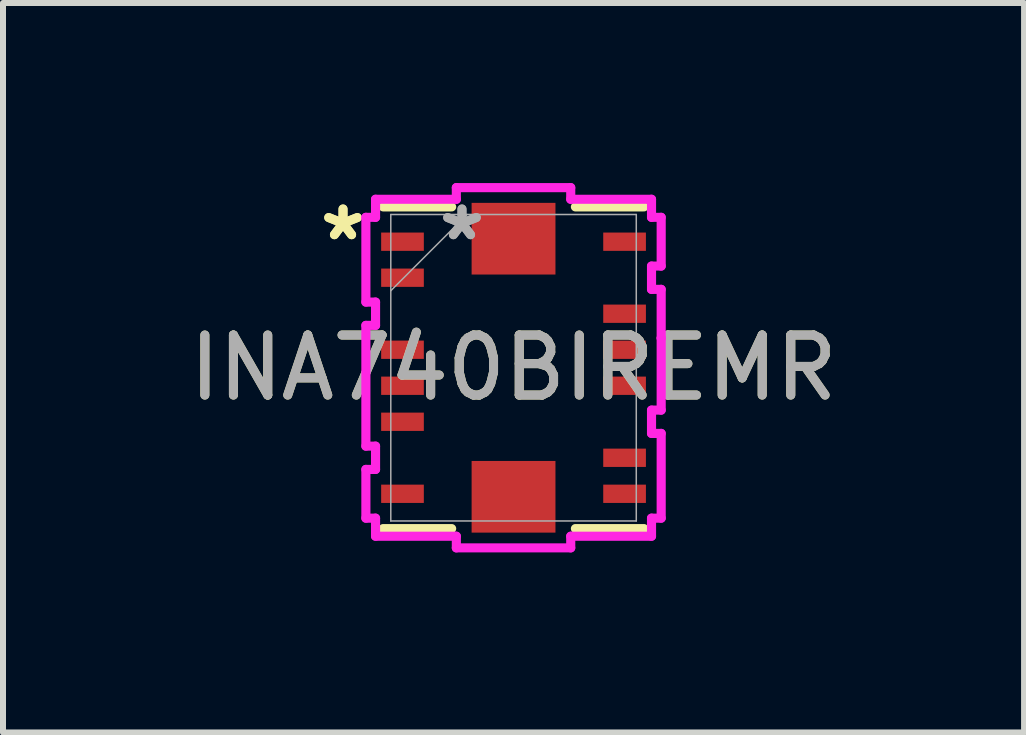
<source format=kicad_pcb>
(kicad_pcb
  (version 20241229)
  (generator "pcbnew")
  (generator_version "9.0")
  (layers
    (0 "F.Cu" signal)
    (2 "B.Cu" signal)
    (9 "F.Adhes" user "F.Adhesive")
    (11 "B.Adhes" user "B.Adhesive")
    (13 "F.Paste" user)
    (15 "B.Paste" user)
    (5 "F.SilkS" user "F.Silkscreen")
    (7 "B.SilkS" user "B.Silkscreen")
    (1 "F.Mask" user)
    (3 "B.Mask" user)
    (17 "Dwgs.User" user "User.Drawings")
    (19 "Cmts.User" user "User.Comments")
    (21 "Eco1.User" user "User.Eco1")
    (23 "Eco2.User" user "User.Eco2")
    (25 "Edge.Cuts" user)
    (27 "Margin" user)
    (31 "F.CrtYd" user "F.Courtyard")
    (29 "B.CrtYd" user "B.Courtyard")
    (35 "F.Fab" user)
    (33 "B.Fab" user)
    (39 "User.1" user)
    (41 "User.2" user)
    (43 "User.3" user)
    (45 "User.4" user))
  (footprint "INA740BIREMR"
    (layer "F.Cu")
    (at 5.506 3.077)
    (property "Reference" "INA740BIREMR" (at 0 0 0) (unlocked yes) (layer "F.SilkS") (effects (font (size 1 1) (thickness 0.15))))
    (attr smd)
    (fp_line (start -2.172 -2.68) (end -1.031 -2.68) (stroke (width 0.152) (type solid)) (layer "F.SilkS"))
    (fp_line (start -1.031 2.68) (end -2.172 2.68) (stroke (width 0.152) (type solid)) (layer "F.SilkS"))
    (fp_line (start 1.031 -2.68) (end 2.172 -2.68) (stroke (width 0.152) (type solid)) (layer "F.SilkS"))
    (fp_line (start 2.172 2.68) (end 1.031 2.68) (stroke (width 0.152) (type solid)) (layer "F.SilkS"))
    (fp_line (start -2.46 -2.506) (end -2.46 -1.094) (stroke (width 0.152) (type solid)) (layer "F.CrtYd"))
    (fp_line (start -2.46 -1.094) (end -2.299 -1.094) (stroke (width 0.152) (type solid)) (layer "F.CrtYd"))
    (fp_line (start -2.46 -0.706) (end -2.46 1.306) (stroke (width 0.152) (type solid)) (layer "F.CrtYd"))
    (fp_line (start -2.46 1.306) (end -2.299 1.306) (stroke (width 0.152) (type solid)) (layer "F.CrtYd"))
    (fp_line (start -2.46 1.694) (end -2.46 2.506) (stroke (width 0.152) (type solid)) (layer "F.CrtYd"))
    (fp_line (start -2.46 2.506) (end -2.299 2.506) (stroke (width 0.152) (type solid)) (layer "F.CrtYd"))
    (fp_line (start -2.299 -2.807) (end -2.299 -2.506) (stroke (width 0.152) (type solid)) (layer "F.CrtYd"))
    (fp_line (start -2.299 -2.506) (end -2.46 -2.506) (stroke (width 0.152) (type solid)) (layer "F.CrtYd"))
    (fp_line (start -2.299 -1.094) (end -2.299 -0.706) (stroke (width 0.152) (type solid)) (layer "F.CrtYd"))
    (fp_line (start -2.299 -0.706) (end -2.46 -0.706) (stroke (width 0.152) (type solid)) (layer "F.CrtYd"))
    (fp_line (start -2.299 1.306) (end -2.299 1.694) (stroke (width 0.152) (type solid)) (layer "F.CrtYd"))
    (fp_line (start -2.299 1.694) (end -2.46 1.694) (stroke (width 0.152) (type solid)) (layer "F.CrtYd"))
    (fp_line (start -2.299 2.506) (end -2.299 2.807) (stroke (width 0.152) (type solid)) (layer "F.CrtYd"))
    (fp_line (start -2.299 2.807) (end -0.953 2.807) (stroke (width 0.152) (type solid)) (layer "F.CrtYd"))
    (fp_line (start -0.953 -3.001) (end -0.953 -2.807) (stroke (width 0.152) (type solid)) (layer "F.CrtYd"))
    (fp_line (start -0.953 -2.807) (end -2.299 -2.807) (stroke (width 0.152) (type solid)) (layer "F.CrtYd"))
    (fp_line (start -0.953 2.807) (end -0.953 3.001) (stroke (width 0.152) (type solid)) (layer "F.CrtYd"))
    (fp_line (start -0.953 3.001) (end 0.953 3.001) (stroke (width 0.152) (type solid)) (layer "F.CrtYd"))
    (fp_line (start 0.953 -3.001) (end -0.953 -3.001) (stroke (width 0.152) (type solid)) (layer "F.CrtYd"))
    (fp_line (start 0.953 -2.807) (end 0.953 -3.001) (stroke (width 0.152) (type solid)) (layer "F.CrtYd"))
    (fp_line (start 0.953 2.807) (end 2.299 2.807) (stroke (width 0.152) (type solid)) (layer "F.CrtYd"))
    (fp_line (start 0.953 3.001) (end 0.953 2.807) (stroke (width 0.152) (type solid)) (layer "F.CrtYd"))
    (fp_line (start 2.299 -2.807) (end 0.953 -2.807) (stroke (width 0.152) (type solid)) (layer "F.CrtYd"))
    (fp_line (start 2.299 -2.506) (end 2.299 -2.807) (stroke (width 0.152) (type solid)) (layer "F.CrtYd"))
    (fp_line (start 2.299 -1.694) (end 2.46 -1.694) (stroke (width 0.152) (type solid)) (layer "F.CrtYd"))
    (fp_line (start 2.299 -1.306) (end 2.299 -1.694) (stroke (width 0.152) (type solid)) (layer "F.CrtYd"))
    (fp_line (start 2.299 0.706) (end 2.46 0.706) (stroke (width 0.152) (type solid)) (layer "F.CrtYd"))
    (fp_line (start 2.299 1.094) (end 2.299 0.706) (stroke (width 0.152) (type solid)) (layer "F.CrtYd"))
    (fp_line (start 2.299 2.506) (end 2.46 2.506) (stroke (width 0.152) (type solid)) (layer "F.CrtYd"))
    (fp_line (start 2.299 2.807) (end 2.299 2.506) (stroke (width 0.152) (type solid)) (layer "F.CrtYd"))
    (fp_line (start 2.46 -2.506) (end 2.299 -2.506) (stroke (width 0.152) (type solid)) (layer "F.CrtYd"))
    (fp_line (start 2.46 -1.694) (end 2.46 -2.506) (stroke (width 0.152) (type solid)) (layer "F.CrtYd"))
    (fp_line (start 2.46 -1.306) (end 2.299 -1.306) (stroke (width 0.152) (type solid)) (layer "F.CrtYd"))
    (fp_line (start 2.46 -0.494) (end 2.46 -1.306) (stroke (width 0.152) (type solid)) (layer "F.CrtYd"))
    (fp_line (start 2.46 1.094) (end 2.299 1.094) (stroke (width 0.152) (type solid)) (layer "F.CrtYd"))
    (fp_line (start 2.46 2.506) (end 2.46 1.094) (stroke (width 0.152) (type solid)) (layer "F.CrtYd"))
    (fp_line (start 2.46 -0.494) (end 2.46 -0.494) (stroke (width 0.152) (type solid)) (layer "F.CrtYd"))
    (fp_line (start 2.46 0.706) (end 2.46 -0.494) (stroke (width 0.152) (type solid)) (layer "F.CrtYd"))
    (fp_line (start -2.045 -2.553) (end -2.045 2.553) (stroke (width 0.025) (type solid)) (layer "F.Fab"))
    (fp_line (start -2.045 -1.283) (end -0.775 -2.553) (stroke (width 0.025) (type solid)) (layer "F.Fab"))
    (fp_line (start -2.045 2.553) (end 2.045 2.553) (stroke (width 0.025) (type solid)) (layer "F.Fab"))
    (fp_line (start 2.045 -2.553) (end -2.045 -2.553) (stroke (width 0.025) (type solid)) (layer "F.Fab"))
    (fp_line (start 2.045 2.553) (end 2.045 -2.553) (stroke (width 0.025) (type solid)) (layer "F.Fab"))
    (fp_text user "*" (at -2.841 -2.1 0) (layer "F.SilkS") (effects (font (size 1 1) (thickness 0.15))))
    (fp_text user "*" (at -2.841 -2.1 0) (unlocked yes) (layer "F.SilkS") (effects (font (size 1 1) (thickness 0.15))))
    (fp_text user "${REFERENCE}" (at 0 0 0) (unlocked yes) (layer "F.Fab") (effects (font (size 1 1) (thickness 0.15))))
    (fp_text user "*" (at -0.859 -2.1 0) (unlocked yes) (layer "F.Fab") (effects (font (size 1 1) (thickness 0.15))))
    (fp_text user "*" (at -0.859 -2.1 0) (layer "F.Fab") (effects (font (size 1 1) (thickness 0.15))))
    (pad "1" smd rect (at -1.85 -2.1) (size 0.711 0.305) (layers "F.Cu" "F.Mask" "F.Paste"))
    (pad "2" smd rect (at -1.85 -1.5) (size 0.711 0.305) (layers "F.Cu" "F.Mask" "F.Paste"))
    (pad "3" smd rect (at -1.85 -0.3) (size 0.711 0.305) (layers "F.Cu" "F.Mask" "F.Paste"))
    (pad "4" smd rect (at -1.85 0.3) (size 0.711 0.305) (layers "F.Cu" "F.Mask" "F.Paste"))
    (pad "5" smd rect (at -1.85 0.9) (size 0.711 0.305) (layers "F.Cu" "F.Mask" "F.Paste"))
    (pad "6" smd rect (at -1.85 2.1) (size 0.711 0.305) (layers "F.Cu" "F.Mask" "F.Paste"))
    (pad "7" smd rect (at 0 2.15 90) (size 1.194 1.397) (layers "F.Cu" "F.Mask" "F.Paste"))
    (pad "8" smd rect (at 1.85 2.1) (size 0.711 0.305) (layers "F.Cu" "F.Mask" "F.Paste"))
    (pad "9" smd rect (at 1.85 1.5) (size 0.711 0.305) (layers "F.Cu" "F.Mask" "F.Paste"))
    (pad "10" smd rect (at 1.85 0.3) (size 0.711 0.305) (layers "F.Cu" "F.Mask" "F.Paste"))
    (pad "11" smd rect (at 1.85 -0.3) (size 0.711 0.305) (layers "F.Cu" "F.Mask" "F.Paste"))
    (pad "12" smd rect (at 1.85 -0.9) (size 0.711 0.305) (layers "F.Cu" "F.Mask" "F.Paste"))
    (pad "13" smd rect (at 1.85 -2.1) (size 0.711 0.305) (layers "F.Cu" "F.Mask" "F.Paste"))
    (pad "14" smd rect (at 0 -2.15 90) (size 1.194 1.397) (layers "F.Cu" "F.Mask" "F.Paste")))
  (gr_rect
    (start -3 -3)
    (end 14.012 9.154)
    (stroke (width 0.1) (type default))
    (fill no)
    (layer "Edge.Cuts")))
</source>
